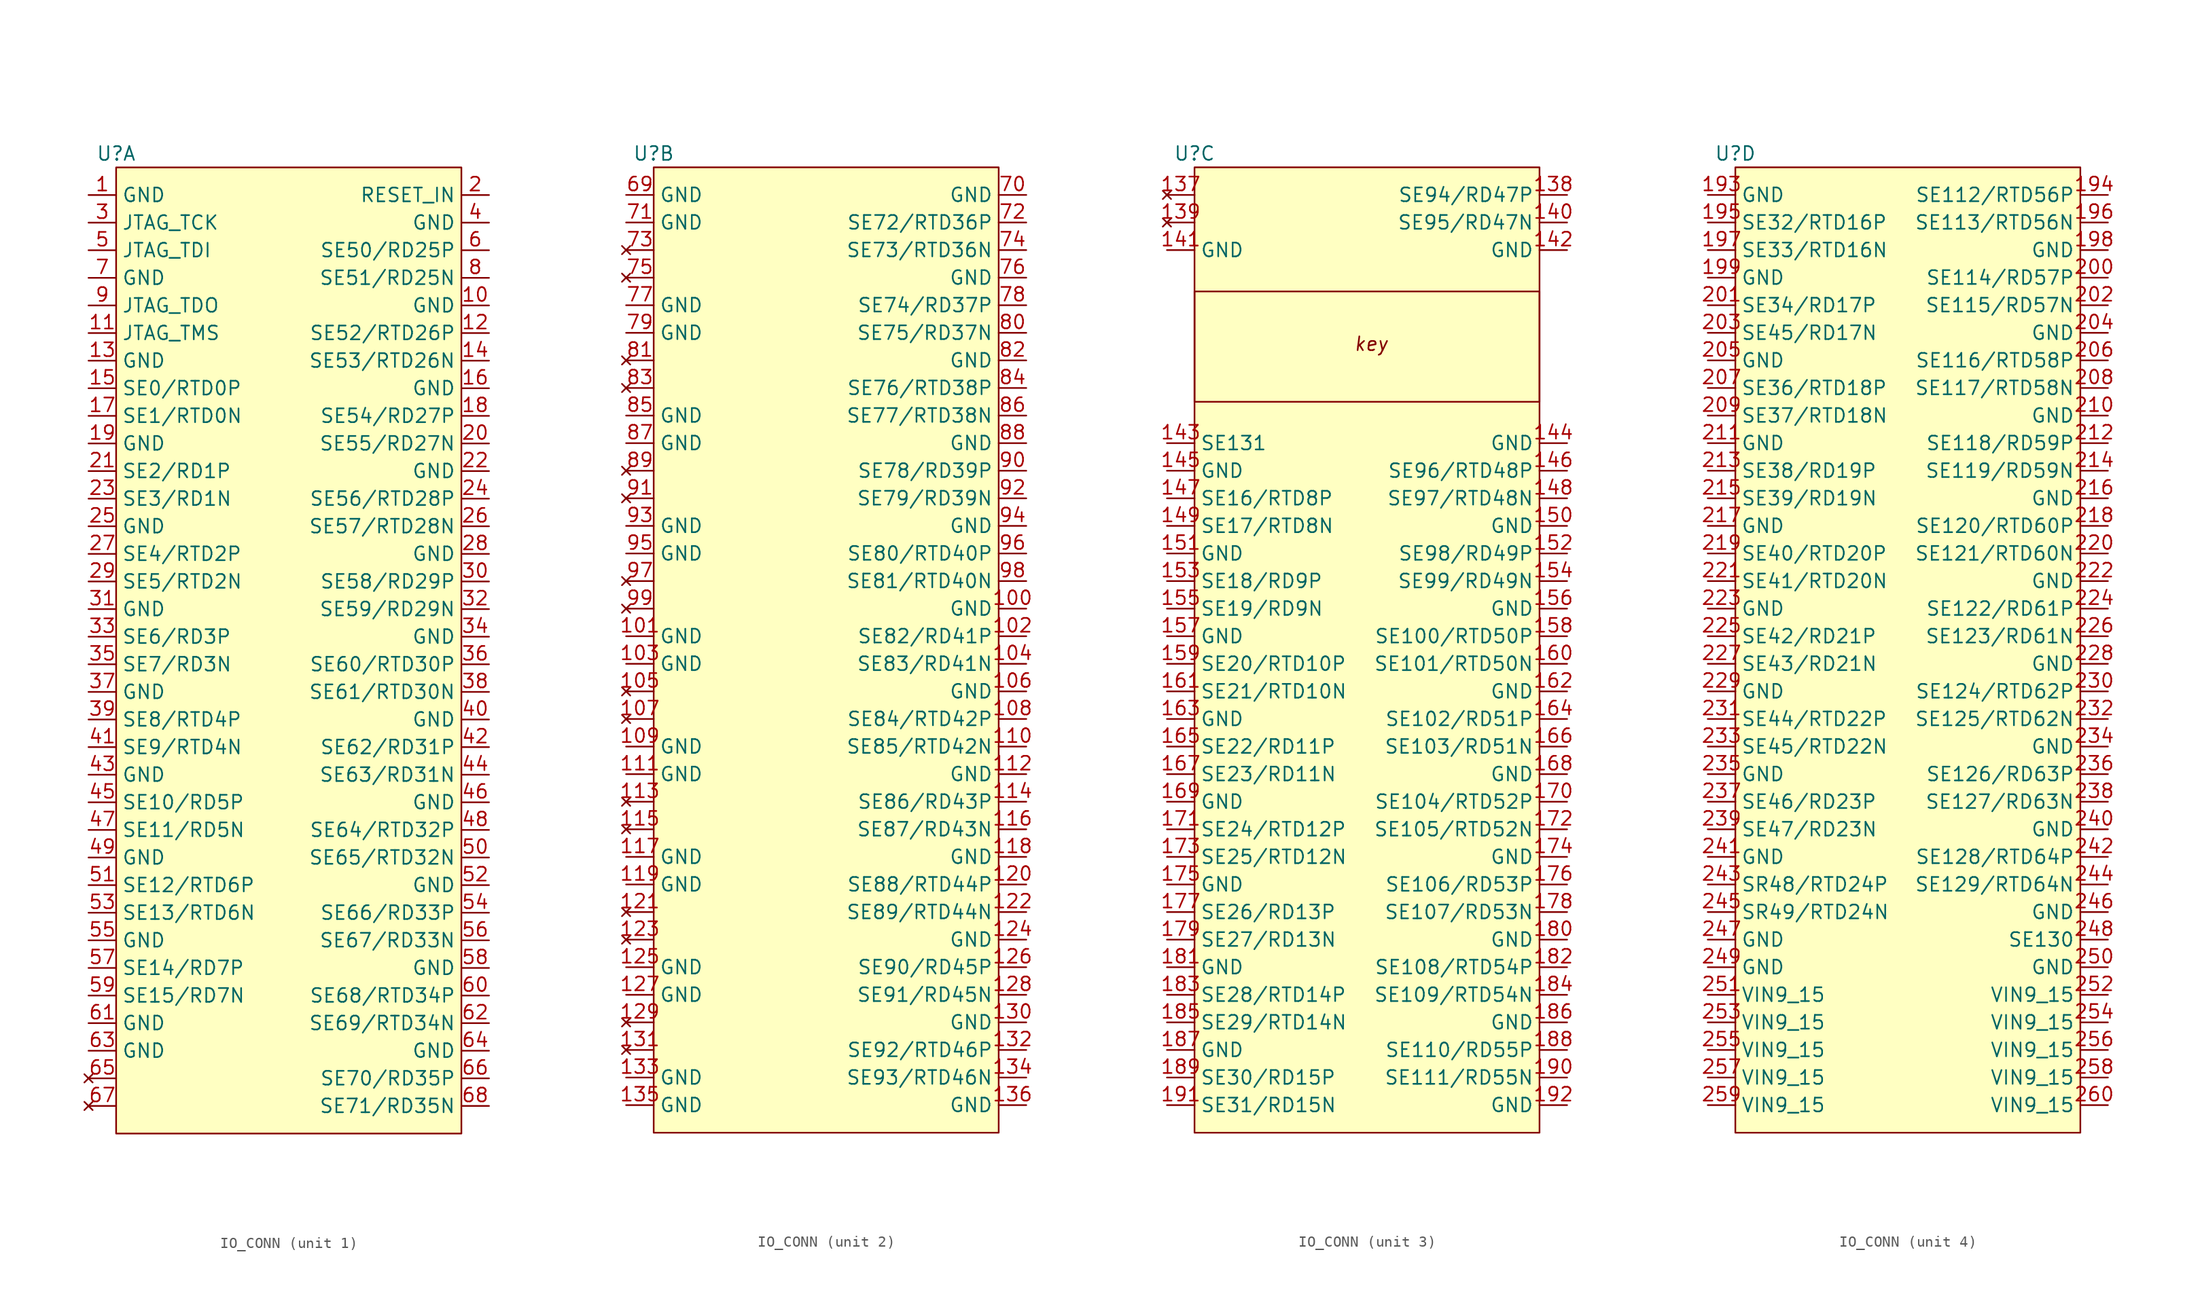
<source format=kicad_sym>
(kicad_symbol_lib
  (version 20231120)
  (generator "kicad_symbol_editor")
  (generator_version "8.0")
  (symbol "IO_CONN"
    (property "Reference" "U"
      (at -16.51 45.72 0)
      (effects (font (size 1.27 1.27))))
    (property "Value" ""
      (at -19.05 36.83 0)
      (effects (font (size 1.27 1.27))))
    (property "ki_locked" ""
      (at 0 0 0)
      (effects (font (size 1.27 1.27))))
    (symbol "IO_CONN_1_0"
      (pin passive line (at -19.05 41.91 0) (length 2.54) (name "GND" (effects (font (size 1.27 1.27)))) (number "1" (effects (font (size 1.27 1.27)))))
      (pin passive line (at 17.78 31.75 180) (length 2.54) (name "GND" (effects (font (size 1.27 1.27)))) (number "10" (effects (font (size 1.27 1.27)))))
      (pin passive line (at -19.05 29.21 0) (length 2.54) (name "JTAG_TMS" (effects (font (size 1.27 1.27)))) (number "11" (effects (font (size 1.27 1.27)))))
      (pin passive line (at 17.78 29.21 180) (length 2.54) (name "SE52/RTD26P" (effects (font (size 1.27 1.27)))) (number "12" (effects (font (size 1.27 1.27)))))
      (pin passive line (at -19.05 26.67 0) (length 2.54) (name "GND" (effects (font (size 1.27 1.27)))) (number "13" (effects (font (size 1.27 1.27)))))
      (pin passive line (at 17.78 26.67 180) (length 2.54) (name "SE53/RTD26N" (effects (font (size 1.27 1.27)))) (number "14" (effects (font (size 1.27 1.27)))))
      (pin passive line (at -19.05 24.13 0) (length 2.54) (name "SE0/RTD0P" (effects (font (size 1.27 1.27)))) (number "15" (effects (font (size 1.27 1.27)))))
      (pin passive line (at 17.78 24.13 180) (length 2.54) (name "GND" (effects (font (size 1.27 1.27)))) (number "16" (effects (font (size 1.27 1.27)))))
      (pin passive line (at -19.05 21.59 0) (length 2.54) (name "SE1/RTD0N" (effects (font (size 1.27 1.27)))) (number "17" (effects (font (size 1.27 1.27)))))
      (pin passive line (at 17.78 21.59 180) (length 2.54) (name "SE54/RD27P" (effects (font (size 1.27 1.27)))) (number "18" (effects (font (size 1.27 1.27)))))
      (pin passive line (at -19.05 19.05 0) (length 2.54) (name "GND" (effects (font (size 1.27 1.27)))) (number "19" (effects (font (size 1.27 1.27)))))
      (pin passive line (at 17.78 41.91 180) (length 2.54) (name "RESET_IN" (effects (font (size 1.27 1.27)))) (number "2" (effects (font (size 1.27 1.27)))))
      (pin passive line (at 17.78 19.05 180) (length 2.54) (name "SE55/RD27N" (effects (font (size 1.27 1.27)))) (number "20" (effects (font (size 1.27 1.27)))))
      (pin passive line (at -19.05 16.51 0) (length 2.54) (name "SE2/RD1P" (effects (font (size 1.27 1.27)))) (number "21" (effects (font (size 1.27 1.27)))))
      (pin passive line (at 17.78 16.51 180) (length 2.54) (name "GND" (effects (font (size 1.27 1.27)))) (number "22" (effects (font (size 1.27 1.27)))))
      (pin passive line (at -19.05 13.97 0) (length 2.54) (name "SE3/RD1N" (effects (font (size 1.27 1.27)))) (number "23" (effects (font (size 1.27 1.27)))))
      (pin passive line (at 17.78 13.97 180) (length 2.54) (name "SE56/RTD28P" (effects (font (size 1.27 1.27)))) (number "24" (effects (font (size 1.27 1.27)))))
      (pin passive line (at -19.05 11.43 0) (length 2.54) (name "GND" (effects (font (size 1.27 1.27)))) (number "25" (effects (font (size 1.27 1.27)))))
      (pin passive line (at 17.78 11.43 180) (length 2.54) (name "SE57/RTD28N" (effects (font (size 1.27 1.27)))) (number "26" (effects (font (size 1.27 1.27)))))
      (pin passive line (at -19.05 8.89 0) (length 2.54) (name "SE4/RTD2P" (effects (font (size 1.27 1.27)))) (number "27" (effects (font (size 1.27 1.27)))))
      (pin passive line (at 17.78 8.89 180) (length 2.54) (name "GND" (effects (font (size 1.27 1.27)))) (number "28" (effects (font (size 1.27 1.27)))))
      (pin passive line (at -19.05 6.35 0) (length 2.54) (name "SE5/RTD2N" (effects (font (size 1.27 1.27)))) (number "29" (effects (font (size 1.27 1.27)))))
      (pin passive line (at -19.05 39.37 0) (length 2.54) (name "JTAG_TCK" (effects (font (size 1.27 1.27)))) (number "3" (effects (font (size 1.27 1.27)))))
      (pin passive line (at 17.78 6.35 180) (length 2.54) (name "SE58/RD29P" (effects (font (size 1.27 1.27)))) (number "30" (effects (font (size 1.27 1.27)))))
      (pin passive line (at -19.05 3.81 0) (length 2.54) (name "GND" (effects (font (size 1.27 1.27)))) (number "31" (effects (font (size 1.27 1.27)))))
      (pin passive line (at 17.78 3.81 180) (length 2.54) (name "SE59/RD29N" (effects (font (size 1.27 1.27)))) (number "32" (effects (font (size 1.27 1.27)))))
      (pin passive line (at -19.05 1.27 0) (length 2.54) (name "SE6/RD3P" (effects (font (size 1.27 1.27)))) (number "33" (effects (font (size 1.27 1.27)))))
      (pin passive line (at 17.78 1.27 180) (length 2.54) (name "GND" (effects (font (size 1.27 1.27)))) (number "34" (effects (font (size 1.27 1.27)))))
      (pin passive line (at -19.05 -1.27 0) (length 2.54) (name "SE7/RD3N" (effects (font (size 1.27 1.27)))) (number "35" (effects (font (size 1.27 1.27)))))
      (pin passive line (at 17.78 -1.27 180) (length 2.54) (name "SE60/RTD30P" (effects (font (size 1.27 1.27)))) (number "36" (effects (font (size 1.27 1.27)))))
      (pin passive line (at -19.05 -3.81 0) (length 2.54) (name "GND" (effects (font (size 1.27 1.27)))) (number "37" (effects (font (size 1.27 1.27)))))
      (pin passive line (at 17.78 -3.81 180) (length 2.54) (name "SE61/RTD30N" (effects (font (size 1.27 1.27)))) (number "38" (effects (font (size 1.27 1.27)))))
      (pin passive line (at -19.05 -6.35 0) (length 2.54) (name "SE8/RTD4P" (effects (font (size 1.27 1.27)))) (number "39" (effects (font (size 1.27 1.27)))))
      (pin passive line (at 17.78 39.37 180) (length 2.54) (name "GND" (effects (font (size 1.27 1.27)))) (number "4" (effects (font (size 1.27 1.27)))))
      (pin passive line (at 17.78 -6.35 180) (length 2.54) (name "GND" (effects (font (size 1.27 1.27)))) (number "40" (effects (font (size 1.27 1.27)))))
      (pin passive line (at -19.05 -8.89 0) (length 2.54) (name "SE9/RTD4N" (effects (font (size 1.27 1.27)))) (number "41" (effects (font (size 1.27 1.27)))))
      (pin passive line (at 17.78 -8.89 180) (length 2.54) (name "SE62/RD31P" (effects (font (size 1.27 1.27)))) (number "42" (effects (font (size 1.27 1.27)))))
      (pin passive line (at -19.05 -11.43 0) (length 2.54) (name "GND" (effects (font (size 1.27 1.27)))) (number "43" (effects (font (size 1.27 1.27)))))
      (pin passive line (at 17.78 -11.43 180) (length 2.54) (name "SE63/RD31N" (effects (font (size 1.27 1.27)))) (number "44" (effects (font (size 1.27 1.27)))))
      (pin passive line (at -19.05 -13.97 0) (length 2.54) (name "SE10/RD5P" (effects (font (size 1.27 1.27)))) (number "45" (effects (font (size 1.27 1.27)))))
      (pin passive line (at 17.78 -13.97 180) (length 2.54) (name "GND" (effects (font (size 1.27 1.27)))) (number "46" (effects (font (size 1.27 1.27)))))
      (pin passive line (at -19.05 -16.51 0) (length 2.54) (name "SE11/RD5N" (effects (font (size 1.27 1.27)))) (number "47" (effects (font (size 1.27 1.27)))))
      (pin passive line (at 17.78 -16.51 180) (length 2.54) (name "SE64/RTD32P" (effects (font (size 1.27 1.27)))) (number "48" (effects (font (size 1.27 1.27)))))
      (pin passive line (at -19.05 -19.05 0) (length 2.54) (name "GND" (effects (font (size 1.27 1.27)))) (number "49" (effects (font (size 1.27 1.27)))))
      (pin passive line (at -19.05 36.83 0) (length 2.54) (name "JTAG_TDI" (effects (font (size 1.27 1.27)))) (number "5" (effects (font (size 1.27 1.27)))))
      (pin passive line (at 17.78 -19.05 180) (length 2.54) (name "SE65/RTD32N" (effects (font (size 1.27 1.27)))) (number "50" (effects (font (size 1.27 1.27)))))
      (pin passive line (at -19.05 -21.59 0) (length 2.54) (name "SE12/RTD6P" (effects (font (size 1.27 1.27)))) (number "51" (effects (font (size 1.27 1.27)))))
      (pin passive line (at 17.78 -21.59 180) (length 2.54) (name "GND" (effects (font (size 1.27 1.27)))) (number "52" (effects (font (size 1.27 1.27)))))
      (pin passive line (at -19.05 -24.13 0) (length 2.54) (name "SE13/RTD6N" (effects (font (size 1.27 1.27)))) (number "53" (effects (font (size 1.27 1.27)))))
      (pin passive line (at 17.78 -24.13 180) (length 2.54) (name "SE66/RD33P" (effects (font (size 1.27 1.27)))) (number "54" (effects (font (size 1.27 1.27)))))
      (pin passive line (at -19.05 -26.67 0) (length 2.54) (name "GND" (effects (font (size 1.27 1.27)))) (number "55" (effects (font (size 1.27 1.27)))))
      (pin passive line (at 17.78 -26.67 180) (length 2.54) (name "SE67/RD33N" (effects (font (size 1.27 1.27)))) (number "56" (effects (font (size 1.27 1.27)))))
      (pin passive line (at -19.05 -29.21 0) (length 2.54) (name "SE14/RD7P" (effects (font (size 1.27 1.27)))) (number "57" (effects (font (size 1.27 1.27)))))
      (pin passive line (at 17.78 -29.21 180) (length 2.54) (name "GND" (effects (font (size 1.27 1.27)))) (number "58" (effects (font (size 1.27 1.27)))))
      (pin passive line (at -19.05 -31.75 0) (length 2.54) (name "SE15/RD7N" (effects (font (size 1.27 1.27)))) (number "59" (effects (font (size 1.27 1.27)))))
      (pin passive line (at 17.78 36.83 180) (length 2.54) (name "SE50/RD25P" (effects (font (size 1.27 1.27)))) (number "6" (effects (font (size 1.27 1.27)))))
      (pin passive line (at 17.78 -31.75 180) (length 2.54) (name "SE68/RTD34P" (effects (font (size 1.27 1.27)))) (number "60" (effects (font (size 1.27 1.27)))))
      (pin passive line (at -19.05 -34.29 0) (length 2.54) (name "GND" (effects (font (size 1.27 1.27)))) (number "61" (effects (font (size 1.27 1.27)))))
      (pin passive line (at 17.78 -34.29 180) (length 2.54) (name "SE69/RTD34N" (effects (font (size 1.27 1.27)))) (number "62" (effects (font (size 1.27 1.27)))))
      (pin passive line (at -19.05 -36.83 0) (length 2.54) (name "GND" (effects (font (size 1.27 1.27)))) (number "63" (effects (font (size 1.27 1.27)))))
      (pin passive line (at 17.78 -36.83 180) (length 2.54) (name "GND" (effects (font (size 1.27 1.27)))) (number "64" (effects (font (size 1.27 1.27)))))
      (pin no_connect line (at -19.05 -39.37 0) (length 2.54) (name "" (effects (font (size 1.27 1.27)))) (number "65" (effects (font (size 1.27 1.27)))))
      (pin passive line (at 17.78 -39.37 180) (length 2.54) (name "SE70/RD35P" (effects (font (size 1.27 1.27)))) (number "66" (effects (font (size 1.27 1.27)))))
      (pin no_connect line (at -19.05 -41.91 0) (length 2.54) (name "" (effects (font (size 1.27 1.27)))) (number "67" (effects (font (size 1.27 1.27)))))
      (pin passive line (at 17.78 -41.91 180) (length 2.54) (name "SE71/RD35N" (effects (font (size 1.27 1.27)))) (number "68" (effects (font (size 1.27 1.27)))))
      (pin passive line (at -19.05 34.29 0) (length 2.54) (name "GND" (effects (font (size 1.27 1.27)))) (number "7" (effects (font (size 1.27 1.27)))))
      (pin passive line (at 17.78 34.29 180) (length 2.54) (name "SE51/RD25N" (effects (font (size 1.27 1.27)))) (number "8" (effects (font (size 1.27 1.27)))))
      (pin passive line (at -19.05 31.75 0) (length 2.54) (name "JTAG_TDO" (effects (font (size 1.27 1.27)))) (number "9" (effects (font (size 1.27 1.27))))))
    (symbol "IO_CONN_1_1"
      (rectangle (start -16.51 44.45) (end 15.24 -44.45) (stroke (width 0) (type default)) (fill (type background))))
    (symbol "IO_CONN_2_0"
      (pin passive line (at 17.78 3.81 180) (length 2.54) (name "GND" (effects (font (size 1.27 1.27)))) (number "100" (effects (font (size 1.27 1.27)))))
      (pin passive line (at -19.05 1.27 0) (length 2.54) (name "GND" (effects (font (size 1.27 1.27)))) (number "101" (effects (font (size 1.27 1.27)))))
      (pin passive line (at 17.78 1.27 180) (length 2.54) (name "SE82/RD41P" (effects (font (size 1.27 1.27)))) (number "102" (effects (font (size 1.27 1.27)))))
      (pin passive line (at -19.05 -1.27 0) (length 2.54) (name "GND" (effects (font (size 1.27 1.27)))) (number "103" (effects (font (size 1.27 1.27)))))
      (pin passive line (at 17.78 -1.27 180) (length 2.54) (name "SE83/RD41N" (effects (font (size 1.27 1.27)))) (number "104" (effects (font (size 1.27 1.27)))))
      (pin no_connect line (at -19.05 -3.81 0) (length 2.54) (name "" (effects (font (size 1.27 1.27)))) (number "105" (effects (font (size 1.27 1.27)))))
      (pin passive line (at 17.78 -3.81 180) (length 2.54) (name "GND" (effects (font (size 1.27 1.27)))) (number "106" (effects (font (size 1.27 1.27)))))
      (pin no_connect line (at -19.05 -6.35 0) (length 2.54) (name "" (effects (font (size 1.27 1.27)))) (number "107" (effects (font (size 1.27 1.27)))))
      (pin passive line (at 17.78 -6.35 180) (length 2.54) (name "SE84/RTD42P" (effects (font (size 1.27 1.27)))) (number "108" (effects (font (size 1.27 1.27)))))
      (pin passive line (at -19.05 -8.89 0) (length 2.54) (name "GND" (effects (font (size 1.27 1.27)))) (number "109" (effects (font (size 1.27 1.27)))))
      (pin passive line (at 17.78 -8.89 180) (length 2.54) (name "SE85/RTD42N" (effects (font (size 1.27 1.27)))) (number "110" (effects (font (size 1.27 1.27)))))
      (pin passive line (at -19.05 -11.43 0) (length 2.54) (name "GND" (effects (font (size 1.27 1.27)))) (number "111" (effects (font (size 1.27 1.27)))))
      (pin passive line (at 17.78 -11.43 180) (length 2.54) (name "GND" (effects (font (size 1.27 1.27)))) (number "112" (effects (font (size 1.27 1.27)))))
      (pin no_connect line (at -19.05 -13.97 0) (length 2.54) (name "" (effects (font (size 1.27 1.27)))) (number "113" (effects (font (size 1.27 1.27)))))
      (pin passive line (at 17.78 -13.97 180) (length 2.54) (name "SE86/RD43P" (effects (font (size 1.27 1.27)))) (number "114" (effects (font (size 1.27 1.27)))))
      (pin no_connect line (at -19.05 -16.51 0) (length 2.54) (name "" (effects (font (size 1.27 1.27)))) (number "115" (effects (font (size 1.27 1.27)))))
      (pin passive line (at 17.78 -16.51 180) (length 2.54) (name "SE87/RD43N" (effects (font (size 1.27 1.27)))) (number "116" (effects (font (size 1.27 1.27)))))
      (pin passive line (at -19.05 -19.05 0) (length 2.54) (name "GND" (effects (font (size 1.27 1.27)))) (number "117" (effects (font (size 1.27 1.27)))))
      (pin passive line (at 17.78 -19.05 180) (length 2.54) (name "GND" (effects (font (size 1.27 1.27)))) (number "118" (effects (font (size 1.27 1.27)))))
      (pin passive line (at -19.05 -21.59 0) (length 2.54) (name "GND" (effects (font (size 1.27 1.27)))) (number "119" (effects (font (size 1.27 1.27)))))
      (pin passive line (at 17.78 -21.59 180) (length 2.54) (name "SE88/RTD44P" (effects (font (size 1.27 1.27)))) (number "120" (effects (font (size 1.27 1.27)))))
      (pin no_connect line (at -19.05 -24.13 0) (length 2.54) (name "" (effects (font (size 1.27 1.27)))) (number "121" (effects (font (size 1.27 1.27)))))
      (pin passive line (at 17.78 -24.13 180) (length 2.54) (name "SE89/RTD44N" (effects (font (size 1.27 1.27)))) (number "122" (effects (font (size 1.27 1.27)))))
      (pin no_connect line (at -19.05 -26.67 0) (length 2.54) (name "" (effects (font (size 1.27 1.27)))) (number "123" (effects (font (size 1.27 1.27)))))
      (pin passive line (at 17.78 -26.67 180) (length 2.54) (name "GND" (effects (font (size 1.27 1.27)))) (number "124" (effects (font (size 1.27 1.27)))))
      (pin passive line (at -19.05 -29.21 0) (length 2.54) (name "GND" (effects (font (size 1.27 1.27)))) (number "125" (effects (font (size 1.27 1.27)))))
      (pin passive line (at 17.78 -29.21 180) (length 2.54) (name "SE90/RD45P" (effects (font (size 1.27 1.27)))) (number "126" (effects (font (size 1.27 1.27)))))
      (pin passive line (at -19.05 -31.75 0) (length 2.54) (name "GND" (effects (font (size 1.27 1.27)))) (number "127" (effects (font (size 1.27 1.27)))))
      (pin passive line (at 17.78 -31.75 180) (length 2.54) (name "SE91/RD45N" (effects (font (size 1.27 1.27)))) (number "128" (effects (font (size 1.27 1.27)))))
      (pin no_connect line (at -19.05 -34.29 0) (length 2.54) (name "" (effects (font (size 1.27 1.27)))) (number "129" (effects (font (size 1.27 1.27)))))
      (pin passive line (at 17.78 -34.29 180) (length 2.54) (name "GND" (effects (font (size 1.27 1.27)))) (number "130" (effects (font (size 1.27 1.27)))))
      (pin no_connect line (at -19.05 -36.83 0) (length 2.54) (name "" (effects (font (size 1.27 1.27)))) (number "131" (effects (font (size 1.27 1.27)))))
      (pin passive line (at 17.78 -36.83 180) (length 2.54) (name "SE92/RTD46P" (effects (font (size 1.27 1.27)))) (number "132" (effects (font (size 1.27 1.27)))))
      (pin passive line (at -19.05 -39.37 0) (length 2.54) (name "GND" (effects (font (size 1.27 1.27)))) (number "133" (effects (font (size 1.27 1.27)))))
      (pin passive line (at 17.78 -39.37 180) (length 2.54) (name "SE93/RTD46N" (effects (font (size 1.27 1.27)))) (number "134" (effects (font (size 1.27 1.27)))))
      (pin passive line (at -19.05 -41.91 0) (length 2.54) (name "GND" (effects (font (size 1.27 1.27)))) (number "135" (effects (font (size 1.27 1.27)))))
      (pin passive line (at 17.78 -41.91 180) (length 2.54) (name "GND" (effects (font (size 1.27 1.27)))) (number "136" (effects (font (size 1.27 1.27)))))
      (pin passive line (at -19.05 41.91 0) (length 2.54) (name "GND" (effects (font (size 1.27 1.27)))) (number "69" (effects (font (size 1.27 1.27)))))
      (pin passive line (at 17.78 41.91 180) (length 2.54) (name "GND" (effects (font (size 1.27 1.27)))) (number "70" (effects (font (size 1.27 1.27)))))
      (pin passive line (at -19.05 39.37 0) (length 2.54) (name "GND" (effects (font (size 1.27 1.27)))) (number "71" (effects (font (size 1.27 1.27)))))
      (pin passive line (at 17.78 39.37 180) (length 2.54) (name "SE72/RTD36P" (effects (font (size 1.27 1.27)))) (number "72" (effects (font (size 1.27 1.27)))))
      (pin no_connect line (at -19.05 36.83 0) (length 2.54) (name "" (effects (font (size 1.27 1.27)))) (number "73" (effects (font (size 1.27 1.27)))))
      (pin passive line (at 17.78 36.83 180) (length 2.54) (name "SE73/RTD36N" (effects (font (size 1.27 1.27)))) (number "74" (effects (font (size 1.27 1.27)))))
      (pin no_connect line (at -19.05 34.29 0) (length 2.54) (name "" (effects (font (size 1.27 1.27)))) (number "75" (effects (font (size 1.27 1.27)))))
      (pin passive line (at 17.78 34.29 180) (length 2.54) (name "GND" (effects (font (size 1.27 1.27)))) (number "76" (effects (font (size 1.27 1.27)))))
      (pin passive line (at -19.05 31.75 0) (length 2.54) (name "GND" (effects (font (size 1.27 1.27)))) (number "77" (effects (font (size 1.27 1.27)))))
      (pin passive line (at 17.78 31.75 180) (length 2.54) (name "SE74/RD37P" (effects (font (size 1.27 1.27)))) (number "78" (effects (font (size 1.27 1.27)))))
      (pin passive line (at -19.05 29.21 0) (length 2.54) (name "GND" (effects (font (size 1.27 1.27)))) (number "79" (effects (font (size 1.27 1.27)))))
      (pin passive line (at 17.78 29.21 180) (length 2.54) (name "SE75/RD37N" (effects (font (size 1.27 1.27)))) (number "80" (effects (font (size 1.27 1.27)))))
      (pin no_connect line (at -19.05 26.67 0) (length 2.54) (name "" (effects (font (size 1.27 1.27)))) (number "81" (effects (font (size 1.27 1.27)))))
      (pin passive line (at 17.78 26.67 180) (length 2.54) (name "GND" (effects (font (size 1.27 1.27)))) (number "82" (effects (font (size 1.27 1.27)))))
      (pin no_connect line (at -19.05 24.13 0) (length 2.54) (name "" (effects (font (size 1.27 1.27)))) (number "83" (effects (font (size 1.27 1.27)))))
      (pin passive line (at 17.78 24.13 180) (length 2.54) (name "SE76/RTD38P" (effects (font (size 1.27 1.27)))) (number "84" (effects (font (size 1.27 1.27)))))
      (pin passive line (at -19.05 21.59 0) (length 2.54) (name "GND" (effects (font (size 1.27 1.27)))) (number "85" (effects (font (size 1.27 1.27)))))
      (pin passive line (at 17.78 21.59 180) (length 2.54) (name "SE77/RTD38N" (effects (font (size 1.27 1.27)))) (number "86" (effects (font (size 1.27 1.27)))))
      (pin passive line (at -19.05 19.05 0) (length 2.54) (name "GND" (effects (font (size 1.27 1.27)))) (number "87" (effects (font (size 1.27 1.27)))))
      (pin passive line (at 17.78 19.05 180) (length 2.54) (name "GND" (effects (font (size 1.27 1.27)))) (number "88" (effects (font (size 1.27 1.27)))))
      (pin no_connect line (at -19.05 16.51 0) (length 2.54) (name "" (effects (font (size 1.27 1.27)))) (number "89" (effects (font (size 1.27 1.27)))))
      (pin passive line (at 17.78 16.51 180) (length 2.54) (name "SE78/RD39P" (effects (font (size 1.27 1.27)))) (number "90" (effects (font (size 1.27 1.27)))))
      (pin no_connect line (at -19.05 13.97 0) (length 2.54) (name "" (effects (font (size 1.27 1.27)))) (number "91" (effects (font (size 1.27 1.27)))))
      (pin passive line (at 17.78 13.97 180) (length 2.54) (name "SE79/RD39N" (effects (font (size 1.27 1.27)))) (number "92" (effects (font (size 1.27 1.27)))))
      (pin passive line (at -19.05 11.43 0) (length 2.54) (name "GND" (effects (font (size 1.27 1.27)))) (number "93" (effects (font (size 1.27 1.27)))))
      (pin passive line (at 17.78 11.43 180) (length 2.54) (name "GND" (effects (font (size 1.27 1.27)))) (number "94" (effects (font (size 1.27 1.27)))))
      (pin passive line (at -19.05 8.89 0) (length 2.54) (name "GND" (effects (font (size 1.27 1.27)))) (number "95" (effects (font (size 1.27 1.27)))))
      (pin passive line (at 17.78 8.89 180) (length 2.54) (name "SE80/RTD40P" (effects (font (size 1.27 1.27)))) (number "96" (effects (font (size 1.27 1.27)))))
      (pin no_connect line (at -19.05 6.35 0) (length 2.54) (name "" (effects (font (size 1.27 1.27)))) (number "97" (effects (font (size 1.27 1.27)))))
      (pin passive line (at 17.78 6.35 180) (length 2.54) (name "SE81/RTD40N" (effects (font (size 1.27 1.27)))) (number "98" (effects (font (size 1.27 1.27)))))
      (pin no_connect line (at -19.05 3.81 0) (length 2.54) (name "" (effects (font (size 1.27 1.27)))) (number "99" (effects (font (size 1.27 1.27))))))
    (symbol "IO_CONN_2_1"
      (rectangle (start -16.51 44.45) (end 15.24 -44.45) (stroke (width 0) (type default)) (fill (type background))))
    (symbol "IO_CONN_3_0"
      (pin no_connect line (at -19.05 41.91 0) (length 2.54) (name "" (effects (font (size 1.27 1.27)))) (number "137" (effects (font (size 1.27 1.27)))))
      (pin passive line (at 17.78 41.91 180) (length 2.54) (name "SE94/RD47P" (effects (font (size 1.27 1.27)))) (number "138" (effects (font (size 1.27 1.27)))))
      (pin no_connect line (at -19.05 39.37 0) (length 2.54) (name "" (effects (font (size 1.27 1.27)))) (number "139" (effects (font (size 1.27 1.27)))))
      (pin passive line (at 17.78 39.37 180) (length 2.54) (name "SE95/RD47N" (effects (font (size 1.27 1.27)))) (number "140" (effects (font (size 1.27 1.27)))))
      (pin passive line (at -19.05 36.83 0) (length 2.54) (name "GND" (effects (font (size 1.27 1.27)))) (number "141" (effects (font (size 1.27 1.27)))))
      (pin passive line (at 17.78 36.83 180) (length 2.54) (name "GND" (effects (font (size 1.27 1.27)))) (number "142" (effects (font (size 1.27 1.27)))))
      (pin passive line (at -19.05 19.05 0) (length 2.54) (name "SE131" (effects (font (size 1.27 1.27)))) (number "143" (effects (font (size 1.27 1.27)))))
      (pin passive line (at 17.78 19.05 180) (length 2.54) (name "GND" (effects (font (size 1.27 1.27)))) (number "144" (effects (font (size 1.27 1.27)))))
      (pin passive line (at -19.05 16.51 0) (length 2.54) (name "GND" (effects (font (size 1.27 1.27)))) (number "145" (effects (font (size 1.27 1.27)))))
      (pin passive line (at 17.78 16.51 180) (length 2.54) (name "SE96/RTD48P" (effects (font (size 1.27 1.27)))) (number "146" (effects (font (size 1.27 1.27)))))
      (pin passive line (at -19.05 13.97 0) (length 2.54) (name "SE16/RTD8P" (effects (font (size 1.27 1.27)))) (number "147" (effects (font (size 1.27 1.27)))))
      (pin passive line (at 17.78 13.97 180) (length 2.54) (name "SE97/RTD48N" (effects (font (size 1.27 1.27)))) (number "148" (effects (font (size 1.27 1.27)))))
      (pin passive line (at -19.05 11.43 0) (length 2.54) (name "SE17/RTD8N" (effects (font (size 1.27 1.27)))) (number "149" (effects (font (size 1.27 1.27)))))
      (pin passive line (at 17.78 11.43 180) (length 2.54) (name "GND" (effects (font (size 1.27 1.27)))) (number "150" (effects (font (size 1.27 1.27)))))
      (pin passive line (at -19.05 8.89 0) (length 2.54) (name "GND" (effects (font (size 1.27 1.27)))) (number "151" (effects (font (size 1.27 1.27)))))
      (pin passive line (at 17.78 8.89 180) (length 2.54) (name "SE98/RD49P" (effects (font (size 1.27 1.27)))) (number "152" (effects (font (size 1.27 1.27)))))
      (pin passive line (at -19.05 6.35 0) (length 2.54) (name "SE18/RD9P" (effects (font (size 1.27 1.27)))) (number "153" (effects (font (size 1.27 1.27)))))
      (pin passive line (at 17.78 6.35 180) (length 2.54) (name "SE99/RD49N" (effects (font (size 1.27 1.27)))) (number "154" (effects (font (size 1.27 1.27)))))
      (pin passive line (at -19.05 3.81 0) (length 2.54) (name "SE19/RD9N" (effects (font (size 1.27 1.27)))) (number "155" (effects (font (size 1.27 1.27)))))
      (pin passive line (at 17.78 3.81 180) (length 2.54) (name "GND" (effects (font (size 1.27 1.27)))) (number "156" (effects (font (size 1.27 1.27)))))
      (pin passive line (at -19.05 1.27 0) (length 2.54) (name "GND" (effects (font (size 1.27 1.27)))) (number "157" (effects (font (size 1.27 1.27)))))
      (pin passive line (at 17.78 1.27 180) (length 2.54) (name "SE100/RTD50P" (effects (font (size 1.27 1.27)))) (number "158" (effects (font (size 1.27 1.27)))))
      (pin passive line (at -19.05 -1.27 0) (length 2.54) (name "SE20/RTD10P" (effects (font (size 1.27 1.27)))) (number "159" (effects (font (size 1.27 1.27)))))
      (pin passive line (at 17.78 -1.27 180) (length 2.54) (name "SE101/RTD50N" (effects (font (size 1.27 1.27)))) (number "160" (effects (font (size 1.27 1.27)))))
      (pin passive line (at -19.05 -3.81 0) (length 2.54) (name "SE21/RTD10N" (effects (font (size 1.27 1.27)))) (number "161" (effects (font (size 1.27 1.27)))))
      (pin passive line (at 17.78 -3.81 180) (length 2.54) (name "GND" (effects (font (size 1.27 1.27)))) (number "162" (effects (font (size 1.27 1.27)))))
      (pin passive line (at -19.05 -6.35 0) (length 2.54) (name "GND" (effects (font (size 1.27 1.27)))) (number "163" (effects (font (size 1.27 1.27)))))
      (pin passive line (at 17.78 -6.35 180) (length 2.54) (name "SE102/RD51P" (effects (font (size 1.27 1.27)))) (number "164" (effects (font (size 1.27 1.27)))))
      (pin passive line (at -19.05 -8.89 0) (length 2.54) (name "SE22/RD11P" (effects (font (size 1.27 1.27)))) (number "165" (effects (font (size 1.27 1.27)))))
      (pin passive line (at 17.78 -8.89 180) (length 2.54) (name "SE103/RD51N" (effects (font (size 1.27 1.27)))) (number "166" (effects (font (size 1.27 1.27)))))
      (pin passive line (at -19.05 -11.43 0) (length 2.54) (name "SE23/RD11N" (effects (font (size 1.27 1.27)))) (number "167" (effects (font (size 1.27 1.27)))))
      (pin passive line (at 17.78 -11.43 180) (length 2.54) (name "GND" (effects (font (size 1.27 1.27)))) (number "168" (effects (font (size 1.27 1.27)))))
      (pin passive line (at -19.05 -13.97 0) (length 2.54) (name "GND" (effects (font (size 1.27 1.27)))) (number "169" (effects (font (size 1.27 1.27)))))
      (pin passive line (at 17.78 -13.97 180) (length 2.54) (name "SE104/RTD52P" (effects (font (size 1.27 1.27)))) (number "170" (effects (font (size 1.27 1.27)))))
      (pin passive line (at -19.05 -16.51 0) (length 2.54) (name "SE24/RTD12P" (effects (font (size 1.27 1.27)))) (number "171" (effects (font (size 1.27 1.27)))))
      (pin passive line (at 17.78 -16.51 180) (length 2.54) (name "SE105/RTD52N" (effects (font (size 1.27 1.27)))) (number "172" (effects (font (size 1.27 1.27)))))
      (pin passive line (at -19.05 -19.05 0) (length 2.54) (name "SE25/RTD12N" (effects (font (size 1.27 1.27)))) (number "173" (effects (font (size 1.27 1.27)))))
      (pin passive line (at 17.78 -19.05 180) (length 2.54) (name "GND" (effects (font (size 1.27 1.27)))) (number "174" (effects (font (size 1.27 1.27)))))
      (pin passive line (at -19.05 -21.59 0) (length 2.54) (name "GND" (effects (font (size 1.27 1.27)))) (number "175" (effects (font (size 1.27 1.27)))))
      (pin passive line (at 17.78 -21.59 180) (length 2.54) (name "SE106/RD53P" (effects (font (size 1.27 1.27)))) (number "176" (effects (font (size 1.27 1.27)))))
      (pin passive line (at -19.05 -24.13 0) (length 2.54) (name "SE26/RD13P" (effects (font (size 1.27 1.27)))) (number "177" (effects (font (size 1.27 1.27)))))
      (pin passive line (at 17.78 -24.13 180) (length 2.54) (name "SE107/RD53N" (effects (font (size 1.27 1.27)))) (number "178" (effects (font (size 1.27 1.27)))))
      (pin passive line (at -19.05 -26.67 0) (length 2.54) (name "SE27/RD13N" (effects (font (size 1.27 1.27)))) (number "179" (effects (font (size 1.27 1.27)))))
      (pin passive line (at 17.78 -26.67 180) (length 2.54) (name "GND" (effects (font (size 1.27 1.27)))) (number "180" (effects (font (size 1.27 1.27)))))
      (pin passive line (at -19.05 -29.21 0) (length 2.54) (name "GND" (effects (font (size 1.27 1.27)))) (number "181" (effects (font (size 1.27 1.27)))))
      (pin passive line (at 17.78 -29.21 180) (length 2.54) (name "SE108/RTD54P" (effects (font (size 1.27 1.27)))) (number "182" (effects (font (size 1.27 1.27)))))
      (pin passive line (at -19.05 -31.75 0) (length 2.54) (name "SE28/RTD14P" (effects (font (size 1.27 1.27)))) (number "183" (effects (font (size 1.27 1.27)))))
      (pin passive line (at 17.78 -31.75 180) (length 2.54) (name "SE109/RTD54N" (effects (font (size 1.27 1.27)))) (number "184" (effects (font (size 1.27 1.27)))))
      (pin passive line (at -19.05 -34.29 0) (length 2.54) (name "SE29/RTD14N" (effects (font (size 1.27 1.27)))) (number "185" (effects (font (size 1.27 1.27)))))
      (pin passive line (at 17.78 -34.29 180) (length 2.54) (name "GND" (effects (font (size 1.27 1.27)))) (number "186" (effects (font (size 1.27 1.27)))))
      (pin passive line (at -19.05 -36.83 0) (length 2.54) (name "GND" (effects (font (size 1.27 1.27)))) (number "187" (effects (font (size 1.27 1.27)))))
      (pin passive line (at 17.78 -36.83 180) (length 2.54) (name "SE110/RD55P" (effects (font (size 1.27 1.27)))) (number "188" (effects (font (size 1.27 1.27)))))
      (pin passive line (at -19.05 -39.37 0) (length 2.54) (name "SE30/RD15P" (effects (font (size 1.27 1.27)))) (number "189" (effects (font (size 1.27 1.27)))))
      (pin passive line (at 17.78 -39.37 180) (length 2.54) (name "SE111/RD55N" (effects (font (size 1.27 1.27)))) (number "190" (effects (font (size 1.27 1.27)))))
      (pin passive line (at -19.05 -41.91 0) (length 2.54) (name "SE31/RD15N" (effects (font (size 1.27 1.27)))) (number "191" (effects (font (size 1.27 1.27)))))
      (pin passive line (at 17.78 -41.91 180) (length 2.54) (name "GND" (effects (font (size 1.27 1.27)))) (number "192" (effects (font (size 1.27 1.27))))))
    (symbol "IO_CONN_3_1"
      (rectangle (start -16.51 33.02) (end 15.24 22.86) (stroke (width 0) (type default)) (fill (type none)))
      (rectangle (start -16.51 44.45) (end 15.24 -44.45) (stroke (width 0) (type default)) (fill (type background)))
      (text "key" (at -0.254 28.194 0) (effects (font (size 1.27 1.27) (italic yes)))))
    (symbol "IO_CONN_4_0"
      (pin passive line (at -19.05 41.91 0) (length 2.54) (name "GND" (effects (font (size 1.27 1.27)))) (number "193" (effects (font (size 1.27 1.27)))))
      (pin passive line (at 17.78 41.91 180) (length 2.54) (name "SE112/RTD56P" (effects (font (size 1.27 1.27)))) (number "194" (effects (font (size 1.27 1.27)))))
      (pin passive line (at -19.05 39.37 0) (length 2.54) (name "SE32/RTD16P" (effects (font (size 1.27 1.27)))) (number "195" (effects (font (size 1.27 1.27)))))
      (pin passive line (at 17.78 39.37 180) (length 2.54) (name "SE113/RTD56N" (effects (font (size 1.27 1.27)))) (number "196" (effects (font (size 1.27 1.27)))))
      (pin passive line (at -19.05 36.83 0) (length 2.54) (name "SE33/RTD16N" (effects (font (size 1.27 1.27)))) (number "197" (effects (font (size 1.27 1.27)))))
      (pin passive line (at 17.78 36.83 180) (length 2.54) (name "GND" (effects (font (size 1.27 1.27)))) (number "198" (effects (font (size 1.27 1.27)))))
      (pin passive line (at -19.05 34.29 0) (length 2.54) (name "GND" (effects (font (size 1.27 1.27)))) (number "199" (effects (font (size 1.27 1.27)))))
      (pin passive line (at 17.78 34.29 180) (length 2.54) (name "SE114/RD57P" (effects (font (size 1.27 1.27)))) (number "200" (effects (font (size 1.27 1.27)))))
      (pin passive line (at -19.05 31.75 0) (length 2.54) (name "SE34/RD17P" (effects (font (size 1.27 1.27)))) (number "201" (effects (font (size 1.27 1.27)))))
      (pin passive line (at 17.78 31.75 180) (length 2.54) (name "SE115/RD57N" (effects (font (size 1.27 1.27)))) (number "202" (effects (font (size 1.27 1.27)))))
      (pin passive line (at -19.05 29.21 0) (length 2.54) (name "SE45/RD17N" (effects (font (size 1.27 1.27)))) (number "203" (effects (font (size 1.27 1.27)))))
      (pin passive line (at 17.78 29.21 180) (length 2.54) (name "GND" (effects (font (size 1.27 1.27)))) (number "204" (effects (font (size 1.27 1.27)))))
      (pin passive line (at -19.05 26.67 0) (length 2.54) (name "GND" (effects (font (size 1.27 1.27)))) (number "205" (effects (font (size 1.27 1.27)))))
      (pin passive line (at 17.78 26.67 180) (length 2.54) (name "SE116/RTD58P" (effects (font (size 1.27 1.27)))) (number "206" (effects (font (size 1.27 1.27)))))
      (pin passive line (at -19.05 24.13 0) (length 2.54) (name "SE36/RTD18P" (effects (font (size 1.27 1.27)))) (number "207" (effects (font (size 1.27 1.27)))))
      (pin passive line (at 17.78 24.13 180) (length 2.54) (name "SE117/RTD58N" (effects (font (size 1.27 1.27)))) (number "208" (effects (font (size 1.27 1.27)))))
      (pin passive line (at -19.05 21.59 0) (length 2.54) (name "SE37/RTD18N" (effects (font (size 1.27 1.27)))) (number "209" (effects (font (size 1.27 1.27)))))
      (pin passive line (at 17.78 21.59 180) (length 2.54) (name "GND" (effects (font (size 1.27 1.27)))) (number "210" (effects (font (size 1.27 1.27)))))
      (pin passive line (at -19.05 19.05 0) (length 2.54) (name "GND" (effects (font (size 1.27 1.27)))) (number "211" (effects (font (size 1.27 1.27)))))
      (pin passive line (at 17.78 19.05 180) (length 2.54) (name "SE118/RD59P" (effects (font (size 1.27 1.27)))) (number "212" (effects (font (size 1.27 1.27)))))
      (pin passive line (at -19.05 16.51 0) (length 2.54) (name "SE38/RD19P" (effects (font (size 1.27 1.27)))) (number "213" (effects (font (size 1.27 1.27)))))
      (pin passive line (at 17.78 16.51 180) (length 2.54) (name "SE119/RD59N" (effects (font (size 1.27 1.27)))) (number "214" (effects (font (size 1.27 1.27)))))
      (pin passive line (at -19.05 13.97 0) (length 2.54) (name "SE39/RD19N" (effects (font (size 1.27 1.27)))) (number "215" (effects (font (size 1.27 1.27)))))
      (pin passive line (at 17.78 13.97 180) (length 2.54) (name "GND" (effects (font (size 1.27 1.27)))) (number "216" (effects (font (size 1.27 1.27)))))
      (pin passive line (at -19.05 11.43 0) (length 2.54) (name "GND" (effects (font (size 1.27 1.27)))) (number "217" (effects (font (size 1.27 1.27)))))
      (pin passive line (at 17.78 11.43 180) (length 2.54) (name "SE120/RTD60P" (effects (font (size 1.27 1.27)))) (number "218" (effects (font (size 1.27 1.27)))))
      (pin passive line (at -19.05 8.89 0) (length 2.54) (name "SE40/RTD20P" (effects (font (size 1.27 1.27)))) (number "219" (effects (font (size 1.27 1.27)))))
      (pin passive line (at 17.78 8.89 180) (length 2.54) (name "SE121/RTD60N" (effects (font (size 1.27 1.27)))) (number "220" (effects (font (size 1.27 1.27)))))
      (pin passive line (at -19.05 6.35 0) (length 2.54) (name "SE41/RTD20N" (effects (font (size 1.27 1.27)))) (number "221" (effects (font (size 1.27 1.27)))))
      (pin passive line (at 17.78 6.35 180) (length 2.54) (name "GND" (effects (font (size 1.27 1.27)))) (number "222" (effects (font (size 1.27 1.27)))))
      (pin passive line (at -19.05 3.81 0) (length 2.54) (name "GND" (effects (font (size 1.27 1.27)))) (number "223" (effects (font (size 1.27 1.27)))))
      (pin passive line (at 17.78 3.81 180) (length 2.54) (name "SE122/RD61P" (effects (font (size 1.27 1.27)))) (number "224" (effects (font (size 1.27 1.27)))))
      (pin passive line (at -19.05 1.27 0) (length 2.54) (name "SE42/RD21P" (effects (font (size 1.27 1.27)))) (number "225" (effects (font (size 1.27 1.27)))))
      (pin passive line (at 17.78 1.27 180) (length 2.54) (name "SE123/RD61N" (effects (font (size 1.27 1.27)))) (number "226" (effects (font (size 1.27 1.27)))))
      (pin passive line (at -19.05 -1.27 0) (length 2.54) (name "SE43/RD21N" (effects (font (size 1.27 1.27)))) (number "227" (effects (font (size 1.27 1.27)))))
      (pin passive line (at 17.78 -1.27 180) (length 2.54) (name "GND" (effects (font (size 1.27 1.27)))) (number "228" (effects (font (size 1.27 1.27)))))
      (pin passive line (at -19.05 -3.81 0) (length 2.54) (name "GND" (effects (font (size 1.27 1.27)))) (number "229" (effects (font (size 1.27 1.27)))))
      (pin passive line (at 17.78 -3.81 180) (length 2.54) (name "SE124/RTD62P" (effects (font (size 1.27 1.27)))) (number "230" (effects (font (size 1.27 1.27)))))
      (pin passive line (at -19.05 -6.35 0) (length 2.54) (name "SE44/RTD22P" (effects (font (size 1.27 1.27)))) (number "231" (effects (font (size 1.27 1.27)))))
      (pin passive line (at 17.78 -6.35 180) (length 2.54) (name "SE125/RTD62N" (effects (font (size 1.27 1.27)))) (number "232" (effects (font (size 1.27 1.27)))))
      (pin passive line (at -19.05 -8.89 0) (length 2.54) (name "SE45/RTD22N" (effects (font (size 1.27 1.27)))) (number "233" (effects (font (size 1.27 1.27)))))
      (pin passive line (at 17.78 -8.89 180) (length 2.54) (name "GND" (effects (font (size 1.27 1.27)))) (number "234" (effects (font (size 1.27 1.27)))))
      (pin passive line (at -19.05 -11.43 0) (length 2.54) (name "GND" (effects (font (size 1.27 1.27)))) (number "235" (effects (font (size 1.27 1.27)))))
      (pin passive line (at 17.78 -11.43 180) (length 2.54) (name "SE126/RD63P" (effects (font (size 1.27 1.27)))) (number "236" (effects (font (size 1.27 1.27)))))
      (pin passive line (at -19.05 -13.97 0) (length 2.54) (name "SE46/RD23P" (effects (font (size 1.27 1.27)))) (number "237" (effects (font (size 1.27 1.27)))))
      (pin passive line (at 17.78 -13.97 180) (length 2.54) (name "SE127/RD63N" (effects (font (size 1.27 1.27)))) (number "238" (effects (font (size 1.27 1.27)))))
      (pin passive line (at -19.05 -16.51 0) (length 2.54) (name "SE47/RD23N" (effects (font (size 1.27 1.27)))) (number "239" (effects (font (size 1.27 1.27)))))
      (pin passive line (at 17.78 -16.51 180) (length 2.54) (name "GND" (effects (font (size 1.27 1.27)))) (number "240" (effects (font (size 1.27 1.27)))))
      (pin passive line (at -19.05 -19.05 0) (length 2.54) (name "GND" (effects (font (size 1.27 1.27)))) (number "241" (effects (font (size 1.27 1.27)))))
      (pin passive line (at 17.78 -19.05 180) (length 2.54) (name "SE128/RTD64P" (effects (font (size 1.27 1.27)))) (number "242" (effects (font (size 1.27 1.27)))))
      (pin passive line (at -19.05 -21.59 0) (length 2.54) (name "SR48/RTD24P" (effects (font (size 1.27 1.27)))) (number "243" (effects (font (size 1.27 1.27)))))
      (pin passive line (at 17.78 -21.59 180) (length 2.54) (name "SE129/RTD64N" (effects (font (size 1.27 1.27)))) (number "244" (effects (font (size 1.27 1.27)))))
      (pin passive line (at -19.05 -24.13 0) (length 2.54) (name "SR49/RTD24N" (effects (font (size 1.27 1.27)))) (number "245" (effects (font (size 1.27 1.27)))))
      (pin passive line (at 17.78 -24.13 180) (length 2.54) (name "GND" (effects (font (size 1.27 1.27)))) (number "246" (effects (font (size 1.27 1.27)))))
      (pin passive line (at -19.05 -26.67 0) (length 2.54) (name "GND" (effects (font (size 1.27 1.27)))) (number "247" (effects (font (size 1.27 1.27)))))
      (pin passive line (at 17.78 -26.67 180) (length 2.54) (name "SE130" (effects (font (size 1.27 1.27)))) (number "248" (effects (font (size 1.27 1.27)))))
      (pin passive line (at -19.05 -29.21 0) (length 2.54) (name "GND" (effects (font (size 1.27 1.27)))) (number "249" (effects (font (size 1.27 1.27)))))
      (pin passive line (at 17.78 -29.21 180) (length 2.54) (name "GND" (effects (font (size 1.27 1.27)))) (number "250" (effects (font (size 1.27 1.27)))))
      (pin passive line (at -19.05 -31.75 0) (length 2.54) (name "VIN9_15" (effects (font (size 1.27 1.27)))) (number "251" (effects (font (size 1.27 1.27)))))
      (pin passive line (at 17.78 -31.75 180) (length 2.54) (name "VIN9_15" (effects (font (size 1.27 1.27)))) (number "252" (effects (font (size 1.27 1.27)))))
      (pin passive line (at -19.05 -34.29 0) (length 2.54) (name "VIN9_15" (effects (font (size 1.27 1.27)))) (number "253" (effects (font (size 1.27 1.27)))))
      (pin passive line (at 17.78 -34.29 180) (length 2.54) (name "VIN9_15" (effects (font (size 1.27 1.27)))) (number "254" (effects (font (size 1.27 1.27)))))
      (pin passive line (at -19.05 -36.83 0) (length 2.54) (name "VIN9_15" (effects (font (size 1.27 1.27)))) (number "255" (effects (font (size 1.27 1.27)))))
      (pin passive line (at 17.78 -36.83 180) (length 2.54) (name "VIN9_15" (effects (font (size 1.27 1.27)))) (number "256" (effects (font (size 1.27 1.27)))))
      (pin passive line (at -19.05 -39.37 0) (length 2.54) (name "VIN9_15" (effects (font (size 1.27 1.27)))) (number "257" (effects (font (size 1.27 1.27)))))
      (pin passive line (at 17.78 -39.37 180) (length 2.54) (name "VIN9_15" (effects (font (size 1.27 1.27)))) (number "258" (effects (font (size 1.27 1.27)))))
      (pin passive line (at -19.05 -41.91 0) (length 2.54) (name "VIN9_15" (effects (font (size 1.27 1.27)))) (number "259" (effects (font (size 1.27 1.27)))))
      (pin passive line (at 17.78 -41.91 180) (length 2.54) (name "VIN9_15" (effects (font (size 1.27 1.27)))) (number "260" (effects (font (size 1.27 1.27))))))
    (symbol "IO_CONN_4_1"
      (rectangle (start -16.51 44.45) (end 15.24 -44.45) (stroke (width 0) (type default)) (fill (type background))))))
</source>
